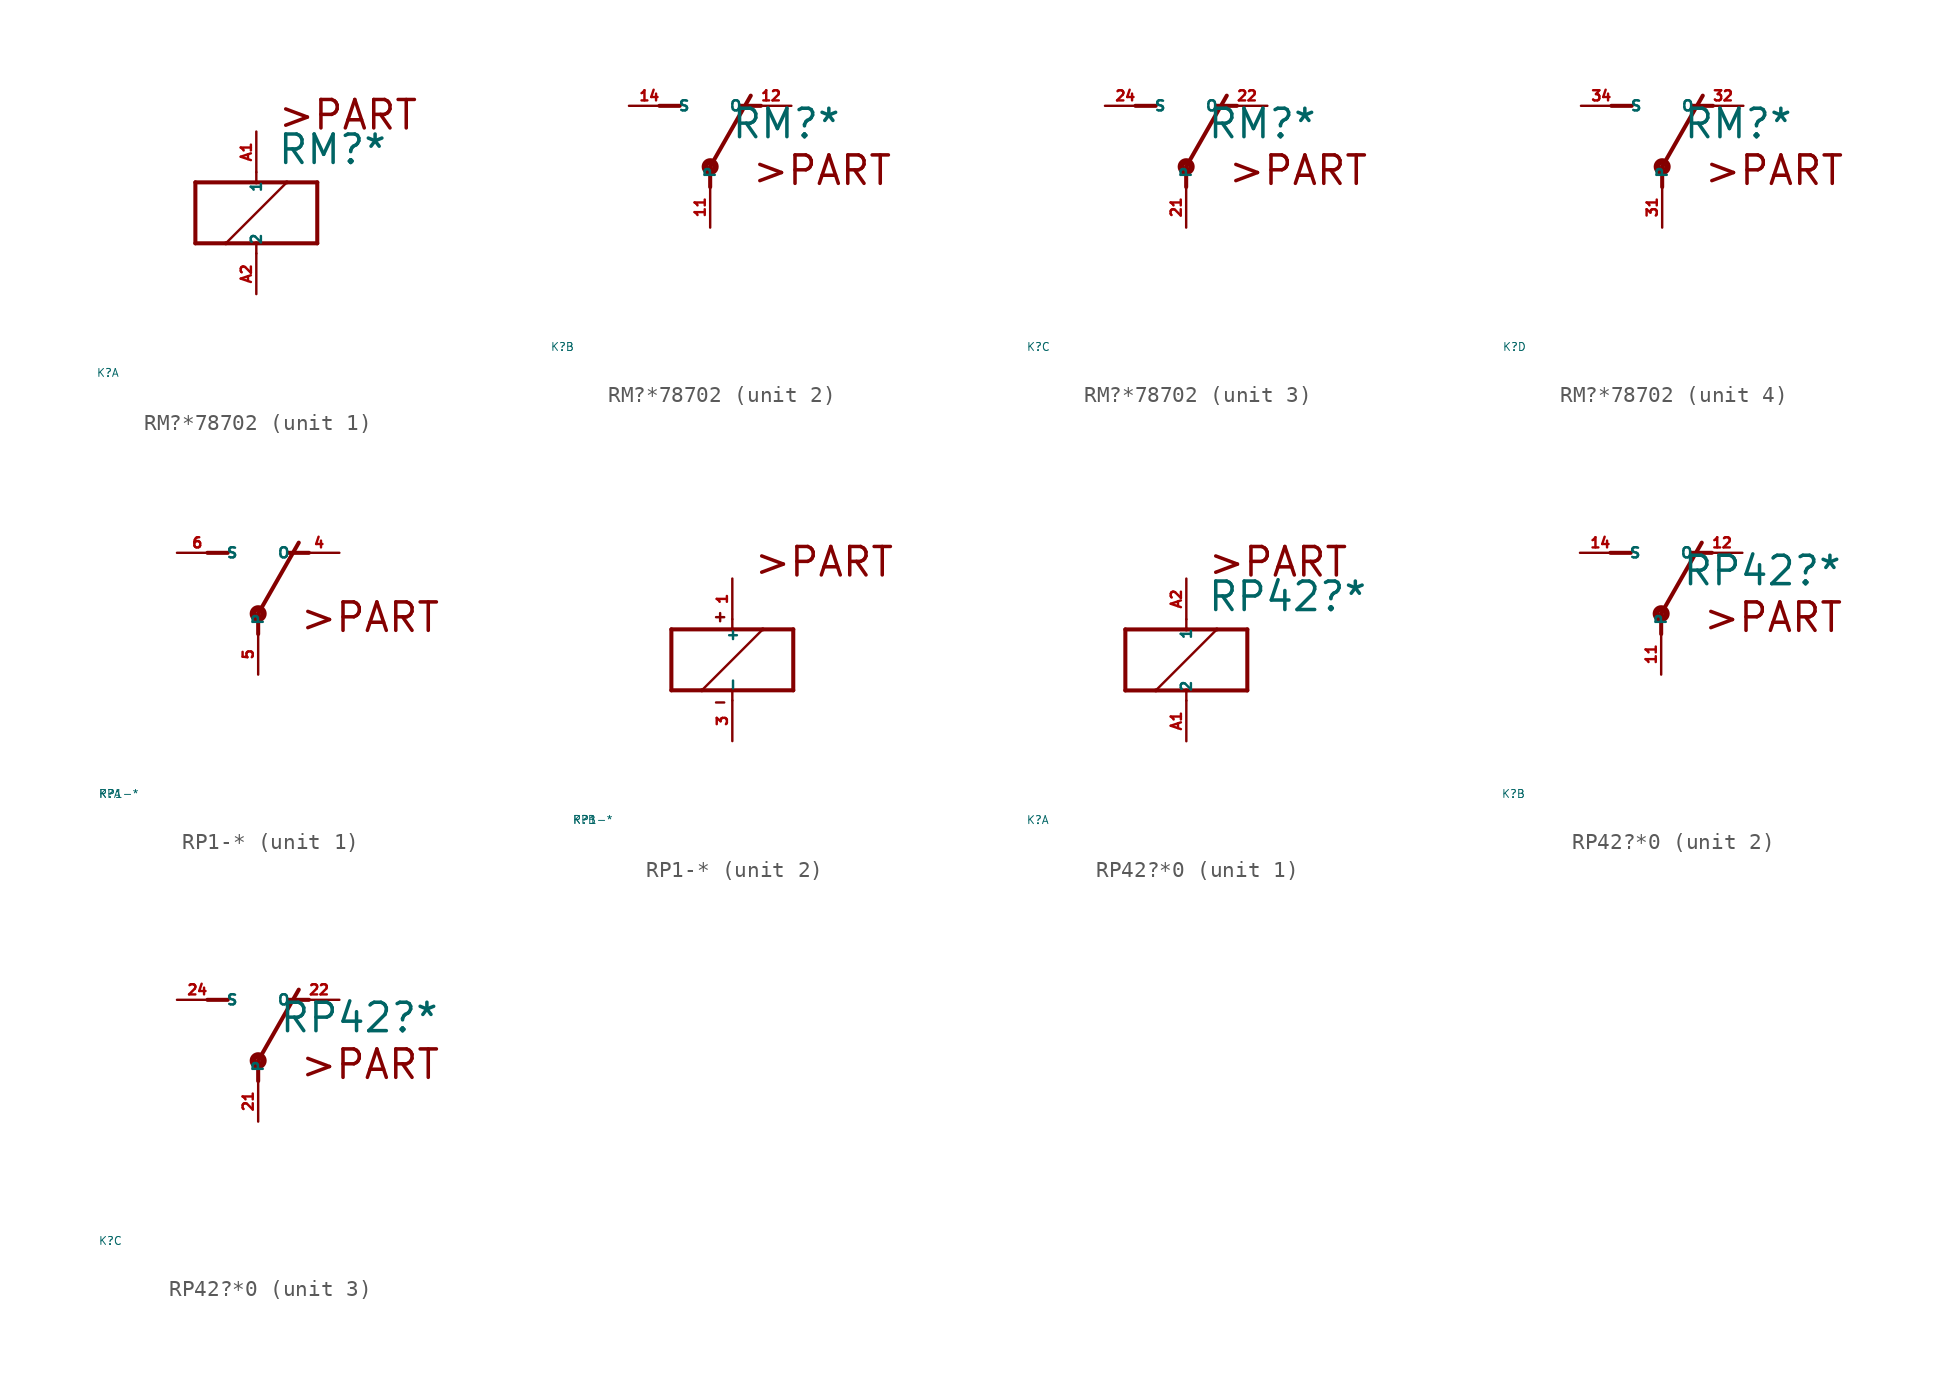
<source format=kicad_sym>
(kicad_symbol_lib
  (version 20220914)
  (generator Eagle2Kicad)
  (symbol "RM?*78702"
    (property "Reference" "K"
      (at -10 -10 0)
      (effects (font (size 0.5 0.5) (thickness 0.06)) (justify left)))
    (property "Value" "RM?*"
      (at 1.27 2.921 0)
      (effects (font (size 1.778 1.778) (thickness 0.22)) (justify left bottom)))
    (symbol "RM?*78702_1_0"
      (polyline (pts (xy -3.81 -1.905) (xy -1.905 -1.905)) (stroke (width 0.254) (type default)) (fill (type none)))
      (polyline (pts (xy 3.81 -1.905) (xy 3.81 1.905)) (stroke (width 0.254) (type default)) (fill (type none)))
      (polyline (pts (xy 3.81 1.905) (xy 1.905 1.905)) (stroke (width 0.254) (type default)) (fill (type none)))
      (polyline (pts (xy -3.81 1.905) (xy -3.81 -1.905)) (stroke (width 0.254) (type default)) (fill (type none)))
      (polyline (pts (xy 0 -2.54) (xy 0 -1.905)) (stroke (width 0.152) (type default)) (fill (type none)))
      (polyline (pts (xy 0 -1.905) (xy 3.81 -1.905)) (stroke (width 0.254) (type default)) (fill (type none)))
      (polyline (pts (xy 0 2.54) (xy 0 1.905)) (stroke (width 0.152) (type default)) (fill (type none)))
      (polyline (pts (xy 0 1.905) (xy -3.81 1.905)) (stroke (width 0.254) (type default)) (fill (type none)))
      (polyline (pts (xy -1.905 -1.905) (xy 1.905 1.905)) (stroke (width 0.152) (type default)) (fill (type none)))
      (polyline (pts (xy -1.905 -1.905) (xy 0 -1.905)) (stroke (width 0.254) (type default)) (fill (type none)))
      (polyline (pts (xy 1.905 1.905) (xy 0 1.905)) (stroke (width 0.254) (type default)) (fill (type none)))
      (text ">PART" (at 1.27 5.08 0) (effects (font (size 1.778 1.778) (thickness 0.22)) (justify left bottom)))
      (pin passive line (at 0 -5.08 90) (length 2.54) (name "2" (effects (font (size 0.635 0.635) (thickness 0.08)) (justify left bottom))) (number "A2" (effects (font (size 0.635 0.635) (thickness 0.08)) (justify left bottom))))
      (pin passive line (at 0 5.08 270) (length 2.54) (name "1" (effects (font (size 0.635 0.635) (thickness 0.08)) (justify left bottom))) (number "A1" (effects (font (size 0.635 0.635) (thickness 0.08)) (justify left bottom)))))
    (symbol "RM?*78702_2_0"
      (polyline (pts (xy 3.175 5.08) (xy 1.905 5.08)) (stroke (width 0.254) (type default)) (fill (type none)))
      (polyline (pts (xy -3.175 5.08) (xy -1.905 5.08)) (stroke (width 0.254) (type default)) (fill (type none)))
      (polyline (pts (xy 0 1.27) (xy 2.54 5.715)) (stroke (width 0.254) (type default)) (fill (type none)))
      (polyline (pts (xy 0 1.27) (xy 0 0)) (stroke (width 0.254) (type default)) (fill (type none)))
      (text ">PART" (at 2.54 0 0) (effects (font (size 1.778 1.778) (thickness 0.22)) (justify left bottom)))
      (circle (center 0 1.27) (radius 0.127) (stroke (width 0.406) (type default)) (fill (type none)))
      (pin passive line (at 5.08 5.08 180) (length 2.54) (name "O" (effects (font (size 0.635 0.635) (thickness 0.08)) (justify left bottom))) (number "12" (effects (font (size 0.635 0.635) (thickness 0.08)) (justify left bottom))))
      (pin passive line (at -5.08 5.08 0) (length 2.54) (name "S" (effects (font (size 0.635 0.635) (thickness 0.08)) (justify left bottom))) (number "14" (effects (font (size 0.635 0.635) (thickness 0.08)) (justify left bottom))))
      (pin passive line (at 0 -2.54 90) (length 2.54) (name "P" (effects (font (size 0.635 0.635) (thickness 0.08)) (justify left bottom))) (number "11" (effects (font (size 0.635 0.635) (thickness 0.08)) (justify left bottom)))))
    (symbol "RM?*78702_3_0"
      (polyline (pts (xy 3.175 5.08) (xy 1.905 5.08)) (stroke (width 0.254) (type default)) (fill (type none)))
      (polyline (pts (xy -3.175 5.08) (xy -1.905 5.08)) (stroke (width 0.254) (type default)) (fill (type none)))
      (polyline (pts (xy 0 1.27) (xy 2.54 5.715)) (stroke (width 0.254) (type default)) (fill (type none)))
      (polyline (pts (xy 0 1.27) (xy 0 0)) (stroke (width 0.254) (type default)) (fill (type none)))
      (text ">PART" (at 2.54 0 0) (effects (font (size 1.778 1.778) (thickness 0.22)) (justify left bottom)))
      (circle (center 0 1.27) (radius 0.127) (stroke (width 0.406) (type default)) (fill (type none)))
      (pin passive line (at 5.08 5.08 180) (length 2.54) (name "O" (effects (font (size 0.635 0.635) (thickness 0.08)) (justify left bottom))) (number "22" (effects (font (size 0.635 0.635) (thickness 0.08)) (justify left bottom))))
      (pin passive line (at -5.08 5.08 0) (length 2.54) (name "S" (effects (font (size 0.635 0.635) (thickness 0.08)) (justify left bottom))) (number "24" (effects (font (size 0.635 0.635) (thickness 0.08)) (justify left bottom))))
      (pin passive line (at 0 -2.54 90) (length 2.54) (name "P" (effects (font (size 0.635 0.635) (thickness 0.08)) (justify left bottom))) (number "21" (effects (font (size 0.635 0.635) (thickness 0.08)) (justify left bottom)))))
    (symbol "RM?*78702_4_0"
      (polyline (pts (xy 3.175 5.08) (xy 1.905 5.08)) (stroke (width 0.254) (type default)) (fill (type none)))
      (polyline (pts (xy -3.175 5.08) (xy -1.905 5.08)) (stroke (width 0.254) (type default)) (fill (type none)))
      (polyline (pts (xy 0 1.27) (xy 2.54 5.715)) (stroke (width 0.254) (type default)) (fill (type none)))
      (polyline (pts (xy 0 1.27) (xy 0 0)) (stroke (width 0.254) (type default)) (fill (type none)))
      (text ">PART" (at 2.54 0 0) (effects (font (size 1.778 1.778) (thickness 0.22)) (justify left bottom)))
      (circle (center 0 1.27) (radius 0.127) (stroke (width 0.406) (type default)) (fill (type none)))
      (pin passive line (at 5.08 5.08 180) (length 2.54) (name "O" (effects (font (size 0.635 0.635) (thickness 0.08)) (justify left bottom))) (number "32" (effects (font (size 0.635 0.635) (thickness 0.08)) (justify left bottom))))
      (pin passive line (at -5.08 5.08 0) (length 2.54) (name "S" (effects (font (size 0.635 0.635) (thickness 0.08)) (justify left bottom))) (number "34" (effects (font (size 0.635 0.635) (thickness 0.08)) (justify left bottom))))
      (pin passive line (at 0 -2.54 90) (length 2.54) (name "P" (effects (font (size 0.635 0.635) (thickness 0.08)) (justify left bottom))) (number "31" (effects (font (size 0.635 0.635) (thickness 0.08)) (justify left bottom))))))
  (symbol "RP1-*"
    (property "Reference" "K"
      (at -10 -10 0)
      (effects (font (size 0.5 0.5) (thickness 0.06)) (justify left)))
    (property "Value" "RP1-*"
      (at -10 -10 0)
      (effects (font (size 0.5 0.5) (thickness 0.06)) (justify left)))
    (symbol "RP1-*_1_0"
      (polyline (pts (xy 3.175 5.08) (xy 1.905 5.08)) (stroke (width 0.254) (type default)) (fill (type none)))
      (polyline (pts (xy -3.175 5.08) (xy -1.905 5.08)) (stroke (width 0.254) (type default)) (fill (type none)))
      (polyline (pts (xy 0 1.27) (xy 2.54 5.715)) (stroke (width 0.254) (type default)) (fill (type none)))
      (polyline (pts (xy 0 1.27) (xy 0 0)) (stroke (width 0.254) (type default)) (fill (type none)))
      (text ">PART" (at 2.54 0 0) (effects (font (size 1.778 1.778) (thickness 0.22)) (justify left bottom)))
      (circle (center 0 1.27) (radius 0.127) (stroke (width 0.406) (type default)) (fill (type none)))
      (pin passive line (at 5.08 5.08 180) (length 2.54) (name "O" (effects (font (size 0.635 0.635) (thickness 0.08)) (justify left bottom))) (number "4" (effects (font (size 0.635 0.635) (thickness 0.08)) (justify left bottom))))
      (pin passive line (at -5.08 5.08 0) (length 2.54) (name "S" (effects (font (size 0.635 0.635) (thickness 0.08)) (justify left bottom))) (number "6" (effects (font (size 0.635 0.635) (thickness 0.08)) (justify left bottom))))
      (pin passive line (at 0 -2.54 90) (length 2.54) (name "P" (effects (font (size 0.635 0.635) (thickness 0.08)) (justify left bottom))) (number "5" (effects (font (size 0.635 0.635) (thickness 0.08)) (justify left bottom)))))
    (symbol "RP1-*_2_0"
      (polyline (pts (xy -3.81 -1.905) (xy -1.905 -1.905)) (stroke (width 0.254) (type default)) (fill (type none)))
      (polyline (pts (xy 3.81 -1.905) (xy 3.81 1.905)) (stroke (width 0.254) (type default)) (fill (type none)))
      (polyline (pts (xy 3.81 1.905) (xy 1.905 1.905)) (stroke (width 0.254) (type default)) (fill (type none)))
      (polyline (pts (xy -3.81 1.905) (xy -3.81 -1.905)) (stroke (width 0.254) (type default)) (fill (type none)))
      (polyline (pts (xy 0 -2.54) (xy 0 -1.905)) (stroke (width 0.152) (type default)) (fill (type none)))
      (polyline (pts (xy 0 -1.905) (xy 3.81 -1.905)) (stroke (width 0.254) (type default)) (fill (type none)))
      (polyline (pts (xy 0 2.54) (xy 0 1.905)) (stroke (width 0.152) (type default)) (fill (type none)))
      (polyline (pts (xy 0 1.905) (xy -3.81 1.905)) (stroke (width 0.254) (type default)) (fill (type none)))
      (polyline (pts (xy -1.905 -1.905) (xy 1.905 1.905)) (stroke (width 0.152) (type default)) (fill (type none)))
      (polyline (pts (xy -1.905 -1.905) (xy 0 -1.905)) (stroke (width 0.254) (type default)) (fill (type none)))
      (polyline (pts (xy 1.905 1.905) (xy 0 1.905)) (stroke (width 0.254) (type default)) (fill (type none)))
      (polyline (pts (xy -1.016 2.667) (xy -0.508 2.667)) (stroke (width 0.152) (type default)) (fill (type none)))
      (polyline (pts (xy -0.762 2.921) (xy -0.762 2.413)) (stroke (width 0.152) (type default)) (fill (type none)))
      (polyline (pts (xy -1.016 -2.667) (xy -0.508 -2.667)) (stroke (width 0.152) (type default)) (fill (type none)))
      (text ">PART" (at 1.27 5.08 0) (effects (font (size 1.778 1.778) (thickness 0.22)) (justify left bottom)))
      (pin passive line (at 0 -5.08 90) (length 2.54) (name "-" (effects (font (size 0.635 0.635) (thickness 0.08)) (justify left bottom))) (number "3" (effects (font (size 0.635 0.635) (thickness 0.08)) (justify left bottom))))
      (pin passive line (at 0 5.08 270) (length 2.54) (name "+" (effects (font (size 0.635 0.635) (thickness 0.08)) (justify left bottom))) (number "1" (effects (font (size 0.635 0.635) (thickness 0.08)) (justify left bottom))))))
  (symbol "RP42?*0"
    (property "Reference" "K"
      (at -10 -10 0)
      (effects (font (size 0.5 0.5) (thickness 0.06)) (justify left)))
    (property "Value" "RP42?*"
      (at 1.27 2.921 0)
      (effects (font (size 1.778 1.778) (thickness 0.22)) (justify left bottom)))
    (symbol "RP42?*0_1_0"
      (polyline (pts (xy -3.81 -1.905) (xy -1.905 -1.905)) (stroke (width 0.254) (type default)) (fill (type none)))
      (polyline (pts (xy 3.81 -1.905) (xy 3.81 1.905)) (stroke (width 0.254) (type default)) (fill (type none)))
      (polyline (pts (xy 3.81 1.905) (xy 1.905 1.905)) (stroke (width 0.254) (type default)) (fill (type none)))
      (polyline (pts (xy -3.81 1.905) (xy -3.81 -1.905)) (stroke (width 0.254) (type default)) (fill (type none)))
      (polyline (pts (xy 0 -2.54) (xy 0 -1.905)) (stroke (width 0.152) (type default)) (fill (type none)))
      (polyline (pts (xy 0 -1.905) (xy 3.81 -1.905)) (stroke (width 0.254) (type default)) (fill (type none)))
      (polyline (pts (xy 0 2.54) (xy 0 1.905)) (stroke (width 0.152) (type default)) (fill (type none)))
      (polyline (pts (xy 0 1.905) (xy -3.81 1.905)) (stroke (width 0.254) (type default)) (fill (type none)))
      (polyline (pts (xy -1.905 -1.905) (xy 1.905 1.905)) (stroke (width 0.152) (type default)) (fill (type none)))
      (polyline (pts (xy -1.905 -1.905) (xy 0 -1.905)) (stroke (width 0.254) (type default)) (fill (type none)))
      (polyline (pts (xy 1.905 1.905) (xy 0 1.905)) (stroke (width 0.254) (type default)) (fill (type none)))
      (text ">PART" (at 1.27 5.08 0) (effects (font (size 1.778 1.778) (thickness 0.22)) (justify left bottom)))
      (pin passive line (at 0 -5.08 90) (length 2.54) (name "2" (effects (font (size 0.635 0.635) (thickness 0.08)) (justify left bottom))) (number "A1" (effects (font (size 0.635 0.635) (thickness 0.08)) (justify left bottom))))
      (pin passive line (at 0 5.08 270) (length 2.54) (name "1" (effects (font (size 0.635 0.635) (thickness 0.08)) (justify left bottom))) (number "A2" (effects (font (size 0.635 0.635) (thickness 0.08)) (justify left bottom)))))
    (symbol "RP42?*0_2_0"
      (polyline (pts (xy 3.175 5.08) (xy 1.905 5.08)) (stroke (width 0.254) (type default)) (fill (type none)))
      (polyline (pts (xy -3.175 5.08) (xy -1.905 5.08)) (stroke (width 0.254) (type default)) (fill (type none)))
      (polyline (pts (xy 0 1.27) (xy 2.54 5.715)) (stroke (width 0.254) (type default)) (fill (type none)))
      (polyline (pts (xy 0 1.27) (xy 0 0)) (stroke (width 0.254) (type default)) (fill (type none)))
      (text ">PART" (at 2.54 0 0) (effects (font (size 1.778 1.778) (thickness 0.22)) (justify left bottom)))
      (circle (center 0 1.27) (radius 0.127) (stroke (width 0.406) (type default)) (fill (type none)))
      (pin passive line (at 5.08 5.08 180) (length 2.54) (name "O" (effects (font (size 0.635 0.635) (thickness 0.08)) (justify left bottom))) (number "12" (effects (font (size 0.635 0.635) (thickness 0.08)) (justify left bottom))))
      (pin passive line (at -5.08 5.08 0) (length 2.54) (name "S" (effects (font (size 0.635 0.635) (thickness 0.08)) (justify left bottom))) (number "14" (effects (font (size 0.635 0.635) (thickness 0.08)) (justify left bottom))))
      (pin passive line (at 0 -2.54 90) (length 2.54) (name "P" (effects (font (size 0.635 0.635) (thickness 0.08)) (justify left bottom))) (number "11" (effects (font (size 0.635 0.635) (thickness 0.08)) (justify left bottom)))))
    (symbol "RP42?*0_3_0"
      (polyline (pts (xy 3.175 5.08) (xy 1.905 5.08)) (stroke (width 0.254) (type default)) (fill (type none)))
      (polyline (pts (xy -3.175 5.08) (xy -1.905 5.08)) (stroke (width 0.254) (type default)) (fill (type none)))
      (polyline (pts (xy 0 1.27) (xy 2.54 5.715)) (stroke (width 0.254) (type default)) (fill (type none)))
      (polyline (pts (xy 0 1.27) (xy 0 0)) (stroke (width 0.254) (type default)) (fill (type none)))
      (text ">PART" (at 2.54 0 0) (effects (font (size 1.778 1.778) (thickness 0.22)) (justify left bottom)))
      (circle (center 0 1.27) (radius 0.127) (stroke (width 0.406) (type default)) (fill (type none)))
      (pin passive line (at 5.08 5.08 180) (length 2.54) (name "O" (effects (font (size 0.635 0.635) (thickness 0.08)) (justify left bottom))) (number "22" (effects (font (size 0.635 0.635) (thickness 0.08)) (justify left bottom))))
      (pin passive line (at -5.08 5.08 0) (length 2.54) (name "S" (effects (font (size 0.635 0.635) (thickness 0.08)) (justify left bottom))) (number "24" (effects (font (size 0.635 0.635) (thickness 0.08)) (justify left bottom))))
      (pin passive line (at 0 -2.54 90) (length 2.54) (name "P" (effects (font (size 0.635 0.635) (thickness 0.08)) (justify left bottom))) (number "21" (effects (font (size 0.635 0.635) (thickness 0.08)) (justify left bottom)))))))
</source>
